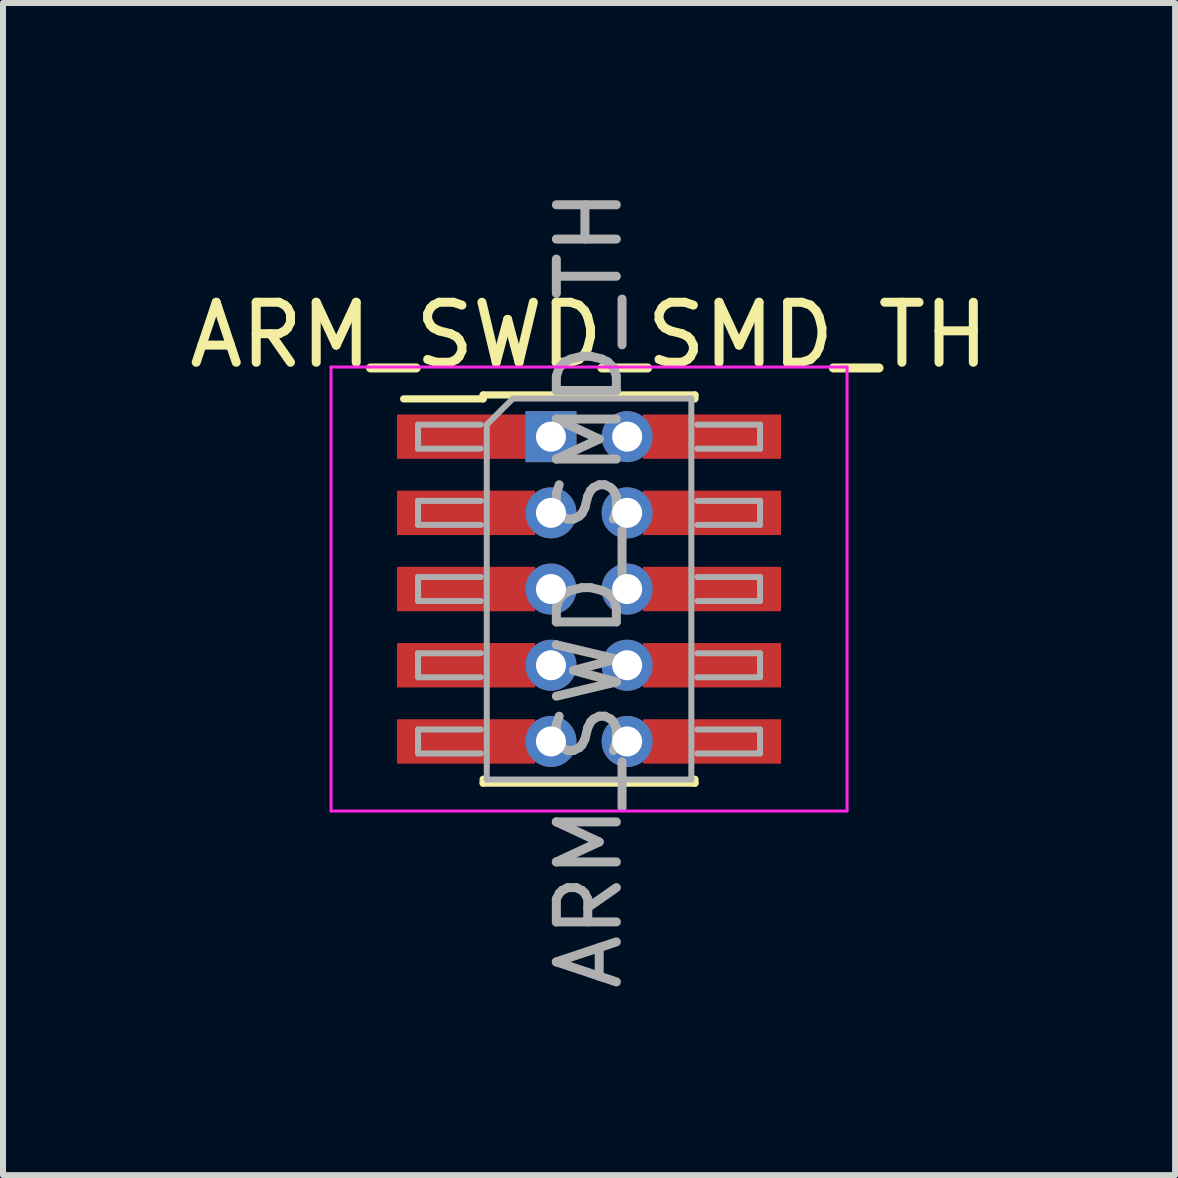
<source format=kicad_pcb>
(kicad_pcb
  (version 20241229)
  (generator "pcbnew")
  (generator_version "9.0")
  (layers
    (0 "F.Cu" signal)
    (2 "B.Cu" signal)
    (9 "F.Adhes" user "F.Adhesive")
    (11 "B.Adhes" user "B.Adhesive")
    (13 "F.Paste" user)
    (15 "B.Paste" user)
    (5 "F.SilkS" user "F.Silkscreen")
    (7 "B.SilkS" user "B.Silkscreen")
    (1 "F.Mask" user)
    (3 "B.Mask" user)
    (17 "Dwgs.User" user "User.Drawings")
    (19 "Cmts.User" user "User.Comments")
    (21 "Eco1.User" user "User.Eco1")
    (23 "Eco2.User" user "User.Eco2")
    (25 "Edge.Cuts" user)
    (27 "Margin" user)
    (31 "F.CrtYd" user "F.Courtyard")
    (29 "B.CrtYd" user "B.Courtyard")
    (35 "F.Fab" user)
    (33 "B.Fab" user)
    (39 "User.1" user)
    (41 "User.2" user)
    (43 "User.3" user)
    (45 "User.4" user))
  (footprint "ARM_SWD_SMD_TH"
    (layer "F.Cu")
    (at 6.768 6.768)
    (property "Reference" "ARM_SWD_SMD_TH" (at 0 -4.235 0) (layer "F.SilkS") (effects (font (size 1 1) (thickness 0.15))))
    (attr smd)
    (fp_line (start -3.09 -3.17) (end -1.765 -3.17) (stroke (width 0.12) (type solid)) (layer "F.SilkS"))
    (fp_line (start -1.765 -3.235) (end -1.765 -3.17) (stroke (width 0.12) (type solid)) (layer "F.SilkS"))
    (fp_line (start -1.765 -3.235) (end 1.765 -3.235) (stroke (width 0.12) (type solid)) (layer "F.SilkS"))
    (fp_line (start -1.765 3.17) (end -1.765 3.235) (stroke (width 0.12) (type solid)) (layer "F.SilkS"))
    (fp_line (start -1.765 3.235) (end 1.765 3.235) (stroke (width 0.12) (type solid)) (layer "F.SilkS"))
    (fp_line (start 1.765 -3.235) (end 1.765 -3.17) (stroke (width 0.12) (type solid)) (layer "F.SilkS"))
    (fp_line (start 1.765 3.17) (end 1.765 3.235) (stroke (width 0.12) (type solid)) (layer "F.SilkS"))
    (fp_line (start -4.3 -3.7) (end -4.3 3.7) (stroke (width 0.05) (type solid)) (layer "F.CrtYd"))
    (fp_line (start -4.3 3.7) (end 4.3 3.7) (stroke (width 0.05) (type solid)) (layer "F.CrtYd"))
    (fp_line (start 4.3 -3.7) (end -4.3 -3.7) (stroke (width 0.05) (type solid)) (layer "F.CrtYd"))
    (fp_line (start 4.3 3.7) (end 4.3 -3.7) (stroke (width 0.05) (type solid)) (layer "F.CrtYd"))
    (fp_line (start -2.85 -2.74) (end -2.85 -2.34) (stroke (width 0.1) (type solid)) (layer "F.Fab"))
    (fp_line (start -2.85 -2.34) (end -1.805 -2.34) (stroke (width 0.1) (type solid)) (layer "F.Fab"))
    (fp_line (start -2.85 -1.47) (end -2.85 -1.07) (stroke (width 0.1) (type solid)) (layer "F.Fab"))
    (fp_line (start -2.85 -1.07) (end -1.805 -1.07) (stroke (width 0.1) (type solid)) (layer "F.Fab"))
    (fp_line (start -2.85 -0.2) (end -2.85 0.2) (stroke (width 0.1) (type solid)) (layer "F.Fab"))
    (fp_line (start -2.85 0.2) (end -1.805 0.2) (stroke (width 0.1) (type solid)) (layer "F.Fab"))
    (fp_line (start -2.85 1.07) (end -2.85 1.47) (stroke (width 0.1) (type solid)) (layer "F.Fab"))
    (fp_line (start -2.85 1.47) (end -1.805 1.47) (stroke (width 0.1) (type solid)) (layer "F.Fab"))
    (fp_line (start -2.85 2.34) (end -2.85 2.74) (stroke (width 0.1) (type solid)) (layer "F.Fab"))
    (fp_line (start -2.85 2.74) (end -1.805 2.74) (stroke (width 0.1) (type solid)) (layer "F.Fab"))
    (fp_line (start -1.805 -2.74) (end -2.85 -2.74) (stroke (width 0.1) (type solid)) (layer "F.Fab"))
    (fp_line (start -1.805 -1.47) (end -2.85 -1.47) (stroke (width 0.1) (type solid)) (layer "F.Fab"))
    (fp_line (start -1.805 -0.2) (end -2.85 -0.2) (stroke (width 0.1) (type solid)) (layer "F.Fab"))
    (fp_line (start -1.805 1.07) (end -2.85 1.07) (stroke (width 0.1) (type solid)) (layer "F.Fab"))
    (fp_line (start -1.805 2.34) (end -2.85 2.34) (stroke (width 0.1) (type solid)) (layer "F.Fab"))
    (fp_line (start -1.705 -2.74) (end -1.27 -3.175) (stroke (width 0.1) (type solid)) (layer "F.Fab"))
    (fp_line (start -1.705 3.175) (end -1.705 -2.74) (stroke (width 0.1) (type solid)) (layer "F.Fab"))
    (fp_line (start -1.27 -3.175) (end 1.705 -3.175) (stroke (width 0.1) (type solid)) (layer "F.Fab"))
    (fp_line (start 1.705 -3.175) (end 1.705 3.175) (stroke (width 0.1) (type solid)) (layer "F.Fab"))
    (fp_line (start 1.705 3.175) (end -1.705 3.175) (stroke (width 0.1) (type solid)) (layer "F.Fab"))
    (fp_line (start 1.805 -2.74) (end 2.85 -2.74) (stroke (width 0.1) (type solid)) (layer "F.Fab"))
    (fp_line (start 1.805 -1.47) (end 2.85 -1.47) (stroke (width 0.1) (type solid)) (layer "F.Fab"))
    (fp_line (start 1.805 -0.2) (end 2.85 -0.2) (stroke (width 0.1) (type solid)) (layer "F.Fab"))
    (fp_line (start 1.805 1.07) (end 2.85 1.07) (stroke (width 0.1) (type solid)) (layer "F.Fab"))
    (fp_line (start 1.805 2.34) (end 2.85 2.34) (stroke (width 0.1) (type solid)) (layer "F.Fab"))
    (fp_line (start 2.85 -2.74) (end 2.85 -2.34) (stroke (width 0.1) (type solid)) (layer "F.Fab"))
    (fp_line (start 2.85 -2.34) (end 1.805 -2.34) (stroke (width 0.1) (type solid)) (layer "F.Fab"))
    (fp_line (start 2.85 -1.47) (end 2.85 -1.07) (stroke (width 0.1) (type solid)) (layer "F.Fab"))
    (fp_line (start 2.85 -1.07) (end 1.805 -1.07) (stroke (width 0.1) (type solid)) (layer "F.Fab"))
    (fp_line (start 2.85 -0.2) (end 2.85 0.2) (stroke (width 0.1) (type solid)) (layer "F.Fab"))
    (fp_line (start 2.85 0.2) (end 1.805 0.2) (stroke (width 0.1) (type solid)) (layer "F.Fab"))
    (fp_line (start 2.85 1.07) (end 2.85 1.47) (stroke (width 0.1) (type solid)) (layer "F.Fab"))
    (fp_line (start 2.85 1.47) (end 1.805 1.47) (stroke (width 0.1) (type solid)) (layer "F.Fab"))
    (fp_line (start 2.85 2.34) (end 2.85 2.74) (stroke (width 0.1) (type solid)) (layer "F.Fab"))
    (fp_line (start 2.85 2.74) (end 1.805 2.74) (stroke (width 0.1) (type solid)) (layer "F.Fab"))
    (fp_text user "${REFERENCE}" (at 0 0 90) (layer "F.Fab") (effects (font (size 1 1) (thickness 0.15))))
    (pad "1" smd rect (at -2.05 -2.54) (size 2.3 0.74) (layers "F.Cu" "F.Mask" "F.Paste"))
    (pad "1" thru_hole rect (at -0.635 -2.54) (size 0.85 0.85) (drill 0.5) (layers "*.Cu" "*.Mask"))
    (pad "2" thru_hole circle (at 0.635 -2.54) (size 0.85 0.85) (drill 0.5) (layers "*.Cu" "*.Mask"))
    (pad "2" smd rect (at 2.05 -2.54) (size 2.3 0.74) (layers "F.Cu" "F.Mask" "F.Paste"))
    (pad "3" smd rect (at -2.05 -1.27) (size 2.3 0.74) (layers "F.Cu" "F.Mask" "F.Paste"))
    (pad "3" thru_hole circle (at -0.635 -1.27) (size 0.85 0.85) (drill 0.5) (layers "*.Cu" "*.Mask"))
    (pad "4" thru_hole circle (at 0.635 -1.27) (size 0.85 0.85) (drill 0.5) (layers "*.Cu" "*.Mask"))
    (pad "4" smd rect (at 2.05 -1.27) (size 2.3 0.74) (layers "F.Cu" "F.Mask" "F.Paste"))
    (pad "5" smd rect (at -2.05 0) (size 2.3 0.74) (layers "F.Cu" "F.Mask" "F.Paste"))
    (pad "5" thru_hole circle (at -0.635 0) (size 0.85 0.85) (drill 0.5) (layers "*.Cu" "*.Mask"))
    (pad "6" thru_hole circle (at 0.635 0) (size 0.85 0.85) (drill 0.5) (layers "*.Cu" "*.Mask"))
    (pad "6" smd rect (at 2.05 0) (size 2.3 0.74) (layers "F.Cu" "F.Mask" "F.Paste"))
    (pad "7" smd rect (at -2.05 1.27) (size 2.3 0.74) (layers "F.Cu" "F.Mask" "F.Paste"))
    (pad "7" thru_hole circle (at -0.635 1.27) (size 0.85 0.85) (drill 0.5) (layers "*.Cu" "*.Mask"))
    (pad "8" thru_hole circle (at 0.635 1.27) (size 0.85 0.85) (drill 0.5) (layers "*.Cu" "*.Mask"))
    (pad "8" smd rect (at 2.05 1.27) (size 2.3 0.74) (layers "F.Cu" "F.Mask" "F.Paste"))
    (pad "9" smd rect (at -2.05 2.54) (size 2.3 0.74) (layers "F.Cu" "F.Mask" "F.Paste"))
    (pad "9" thru_hole circle (at -0.635 2.54) (size 0.85 0.85) (drill 0.5) (layers "*.Cu" "*.Mask"))
    (pad "10" thru_hole circle (at 0.635 2.54) (size 0.85 0.85) (drill 0.5) (layers "*.Cu" "*.Mask"))
    (pad "10" smd rect (at 2.05 2.54) (size 2.3 0.74) (layers "F.Cu" "F.Mask" "F.Paste")))
  (gr_rect
    (start -3 -3)
    (end 16.536 16.536)
    (stroke (width 0.1) (type default))
    (fill no)
    (layer "Edge.Cuts")))
</source>
